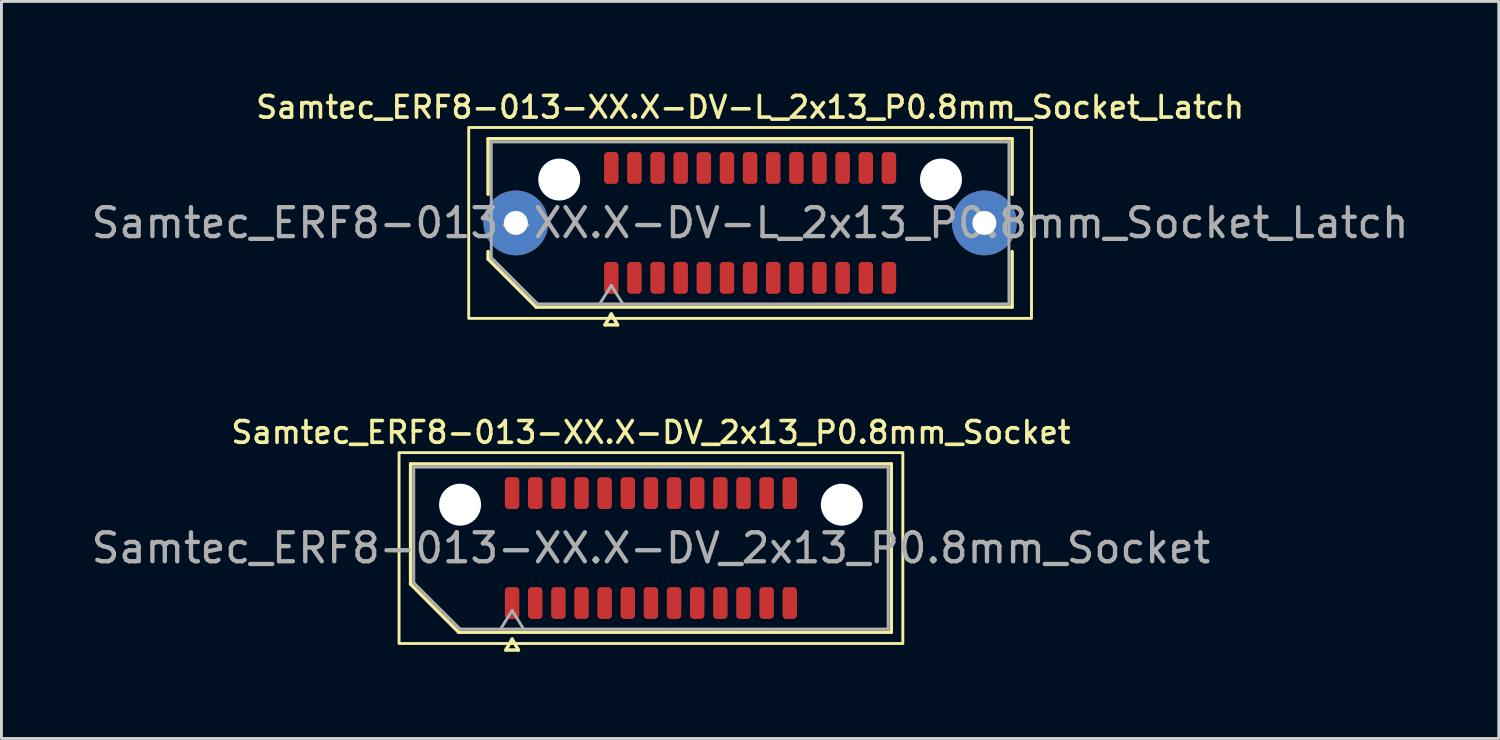
<source format=kicad_pcb>
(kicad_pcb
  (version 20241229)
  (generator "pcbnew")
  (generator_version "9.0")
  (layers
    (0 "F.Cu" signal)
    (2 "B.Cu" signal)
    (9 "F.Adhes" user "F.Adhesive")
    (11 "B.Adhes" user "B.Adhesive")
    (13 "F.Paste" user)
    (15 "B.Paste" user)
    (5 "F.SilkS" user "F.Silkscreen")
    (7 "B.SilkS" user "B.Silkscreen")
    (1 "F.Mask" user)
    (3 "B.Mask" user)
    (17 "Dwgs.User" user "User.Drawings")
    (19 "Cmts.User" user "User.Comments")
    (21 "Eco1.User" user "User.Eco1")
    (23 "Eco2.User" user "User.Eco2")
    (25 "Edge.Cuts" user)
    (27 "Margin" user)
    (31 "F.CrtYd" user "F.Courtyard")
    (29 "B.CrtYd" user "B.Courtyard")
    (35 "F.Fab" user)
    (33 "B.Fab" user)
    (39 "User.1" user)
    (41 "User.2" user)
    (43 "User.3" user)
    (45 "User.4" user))
  (footprint "Samtec_ERF8-013-XX.X-DV_2x13_P0.8mm_Socket"
    (layer "F.Cu")
    (at 19.458 15.901)
    (property "Reference" "Samtec_ERF8-013-XX.X-DV_2x13_P0.8mm_Socket" (at 0 -4 0) (layer "F.SilkS") (effects (font (size 0.75 0.75) (thickness 0.125))))
    (attr smd)
    (fp_line (start -8.31 -2.91) (end 8.31 -2.91) (stroke (width 0.12) (type solid)) (layer "F.SilkS"))
    (fp_line (start -8.31 1.246) (end -8.31 -2.91) (stroke (width 0.12) (type solid)) (layer "F.SilkS"))
    (fp_line (start -6.646 2.91) (end -8.31 1.246) (stroke (width 0.12) (type solid)) (layer "F.SilkS"))
    (fp_line (start -5.017 3.525) (end -4.8 3.15) (stroke (width 0.12) (type solid)) (layer "F.SilkS"))
    (fp_line (start -4.8 3.15) (end -4.583 3.525) (stroke (width 0.12) (type solid)) (layer "F.SilkS"))
    (fp_line (start -4.583 3.525) (end -5.017 3.525) (stroke (width 0.12) (type solid)) (layer "F.SilkS"))
    (fp_line (start 8.31 -2.91) (end 8.31 2.91) (stroke (width 0.12) (type solid)) (layer "F.SilkS"))
    (fp_line (start 8.31 2.91) (end -6.646 2.91) (stroke (width 0.12) (type solid)) (layer "F.SilkS"))
    (fp_rect (start -8.71 -3.3) (end 8.71 3.3) (stroke (width 0.1) (type solid)) (fill no) (layer "F.SilkS"))
    (fp_line (start -8.2 -2.8) (end 8.2 -2.8) (stroke (width 0.1) (type solid)) (layer "F.Fab"))
    (fp_line (start -8.2 1.2) (end -8.2 -2.8) (stroke (width 0.1) (type solid)) (layer "F.Fab"))
    (fp_line (start -6.6 2.8) (end -8.2 1.2) (stroke (width 0.1) (type solid)) (layer "F.Fab"))
    (fp_line (start -5.2 2.8) (end -4.8 2.16) (stroke (width 0.1) (type solid)) (layer "F.Fab"))
    (fp_line (start -4.8 2.16) (end -4.4 2.8) (stroke (width 0.1) (type solid)) (layer "F.Fab"))
    (fp_line (start 8.2 -2.8) (end 8.2 2.8) (stroke (width 0.1) (type solid)) (layer "F.Fab"))
    (fp_line (start 8.2 2.8) (end -6.6 2.8) (stroke (width 0.1) (type solid)) (layer "F.Fab"))
    (fp_text user "${REFERENCE}" (at 0 0 0) (layer "F.Fab") (effects (font (size 1 1) (thickness 0.15))))
    (pad "" np_thru_hole circle (at -6.6 -1.5) (size 1.45 1.45) (drill 1.45) (layers "*.Cu" "*.Mask"))
    (pad "" np_thru_hole circle (at 6.6 -1.5) (size 1.45 1.45) (drill 1.45) (layers "*.Cu" "*.Mask"))
    (pad "1" smd roundrect (at -4.8 1.9) (size 0.5 1.1) (layers "F.Cu" "F.Mask" "F.Paste") (roundrect_rratio 0.25))
    (pad "2" smd roundrect (at -4.8 -1.9) (size 0.5 1.1) (layers "F.Cu" "F.Mask" "F.Paste") (roundrect_rratio 0.25))
    (pad "3" smd roundrect (at -4 1.9) (size 0.5 1.1) (layers "F.Cu" "F.Mask" "F.Paste") (roundrect_rratio 0.25))
    (pad "4" smd roundrect (at -4 -1.9) (size 0.5 1.1) (layers "F.Cu" "F.Mask" "F.Paste") (roundrect_rratio 0.25))
    (pad "5" smd roundrect (at -3.2 1.9) (size 0.5 1.1) (layers "F.Cu" "F.Mask" "F.Paste") (roundrect_rratio 0.25))
    (pad "6" smd roundrect (at -3.2 -1.9) (size 0.5 1.1) (layers "F.Cu" "F.Mask" "F.Paste") (roundrect_rratio 0.25))
    (pad "7" smd roundrect (at -2.4 1.9) (size 0.5 1.1) (layers "F.Cu" "F.Mask" "F.Paste") (roundrect_rratio 0.25))
    (pad "8" smd roundrect (at -2.4 -1.9) (size 0.5 1.1) (layers "F.Cu" "F.Mask" "F.Paste") (roundrect_rratio 0.25))
    (pad "9" smd roundrect (at -1.6 1.9) (size 0.5 1.1) (layers "F.Cu" "F.Mask" "F.Paste") (roundrect_rratio 0.25))
    (pad "10" smd roundrect (at -1.6 -1.9) (size 0.5 1.1) (layers "F.Cu" "F.Mask" "F.Paste") (roundrect_rratio 0.25))
    (pad "11" smd roundrect (at -0.8 1.9) (size 0.5 1.1) (layers "F.Cu" "F.Mask" "F.Paste") (roundrect_rratio 0.25))
    (pad "12" smd roundrect (at -0.8 -1.9) (size 0.5 1.1) (layers "F.Cu" "F.Mask" "F.Paste") (roundrect_rratio 0.25))
    (pad "13" smd roundrect (at 0 1.9) (size 0.5 1.1) (layers "F.Cu" "F.Mask" "F.Paste") (roundrect_rratio 0.25))
    (pad "14" smd roundrect (at 0 -1.9) (size 0.5 1.1) (layers "F.Cu" "F.Mask" "F.Paste") (roundrect_rratio 0.25))
    (pad "15" smd roundrect (at 0.8 1.9) (size 0.5 1.1) (layers "F.Cu" "F.Mask" "F.Paste") (roundrect_rratio 0.25))
    (pad "16" smd roundrect (at 0.8 -1.9) (size 0.5 1.1) (layers "F.Cu" "F.Mask" "F.Paste") (roundrect_rratio 0.25))
    (pad "17" smd roundrect (at 1.6 1.9) (size 0.5 1.1) (layers "F.Cu" "F.Mask" "F.Paste") (roundrect_rratio 0.25))
    (pad "18" smd roundrect (at 1.6 -1.9) (size 0.5 1.1) (layers "F.Cu" "F.Mask" "F.Paste") (roundrect_rratio 0.25))
    (pad "19" smd roundrect (at 2.4 1.9) (size 0.5 1.1) (layers "F.Cu" "F.Mask" "F.Paste") (roundrect_rratio 0.25))
    (pad "20" smd roundrect (at 2.4 -1.9) (size 0.5 1.1) (layers "F.Cu" "F.Mask" "F.Paste") (roundrect_rratio 0.25))
    (pad "21" smd roundrect (at 3.2 1.9) (size 0.5 1.1) (layers "F.Cu" "F.Mask" "F.Paste") (roundrect_rratio 0.25))
    (pad "22" smd roundrect (at 3.2 -1.9) (size 0.5 1.1) (layers "F.Cu" "F.Mask" "F.Paste") (roundrect_rratio 0.25))
    (pad "23" smd roundrect (at 4 1.9) (size 0.5 1.1) (layers "F.Cu" "F.Mask" "F.Paste") (roundrect_rratio 0.25))
    (pad "24" smd roundrect (at 4 -1.9) (size 0.5 1.1) (layers "F.Cu" "F.Mask" "F.Paste") (roundrect_rratio 0.25))
    (pad "25" smd roundrect (at 4.8 1.9) (size 0.5 1.1) (layers "F.Cu" "F.Mask" "F.Paste") (roundrect_rratio 0.25))
    (pad "26" smd roundrect (at 4.8 -1.9) (size 0.5 1.1) (layers "F.Cu" "F.Mask" "F.Paste") (roundrect_rratio 0.25)))
  (footprint "Samtec_ERF8-013-XX.X-DV-L_2x13_P0.8mm_Socket_Latch"
    (layer "F.Cu")
    (at 22.887 4.658)
    (property "Reference" "Samtec_ERF8-013-XX.X-DV-L_2x13_P0.8mm_Socket_Latch" (at 0 -4 0) (layer "F.SilkS") (effects (font (size 0.75 0.75) (thickness 0.125))))
    (attr smd)
    (fp_line (start -9.06 -2.91) (end 9.06 -2.91) (stroke (width 0.12) (type solid)) (layer "F.SilkS"))
    (fp_line (start -9.06 -0.991) (end -9.06 -2.91) (stroke (width 0.12) (type solid)) (layer "F.SilkS"))
    (fp_line (start -9.06 1.246) (end -9.06 0.991) (stroke (width 0.12) (type solid)) (layer "F.SilkS"))
    (fp_line (start -7.396 2.91) (end -9.06 1.246) (stroke (width 0.12) (type solid)) (layer "F.SilkS"))
    (fp_line (start -5.017 3.525) (end -4.8 3.15) (stroke (width 0.12) (type solid)) (layer "F.SilkS"))
    (fp_line (start -4.8 3.15) (end -4.583 3.525) (stroke (width 0.12) (type solid)) (layer "F.SilkS"))
    (fp_line (start -4.583 3.525) (end -5.017 3.525) (stroke (width 0.12) (type solid)) (layer "F.SilkS"))
    (fp_line (start 9.06 -2.91) (end 9.06 -0.991) (stroke (width 0.12) (type solid)) (layer "F.SilkS"))
    (fp_line (start 9.06 0.991) (end 9.06 2.91) (stroke (width 0.12) (type solid)) (layer "F.SilkS"))
    (fp_line (start 9.06 2.91) (end -7.396 2.91) (stroke (width 0.12) (type solid)) (layer "F.SilkS"))
    (fp_rect (start -9.73 -3.3) (end 9.73 3.3) (stroke (width 0.1) (type solid)) (fill no) (layer "F.SilkS"))
    (fp_line (start -8.95 -2.8) (end 8.95 -2.8) (stroke (width 0.1) (type solid)) (layer "F.Fab"))
    (fp_line (start -8.95 1.2) (end -8.95 -2.8) (stroke (width 0.1) (type solid)) (layer "F.Fab"))
    (fp_line (start -7.35 2.8) (end -8.95 1.2) (stroke (width 0.1) (type solid)) (layer "F.Fab"))
    (fp_line (start -5.2 2.8) (end -4.8 2.16) (stroke (width 0.1) (type solid)) (layer "F.Fab"))
    (fp_line (start -4.8 2.16) (end -4.4 2.8) (stroke (width 0.1) (type solid)) (layer "F.Fab"))
    (fp_line (start 8.95 -2.8) (end 8.95 2.8) (stroke (width 0.1) (type solid)) (layer "F.Fab"))
    (fp_line (start 8.95 2.8) (end -7.35 2.8) (stroke (width 0.1) (type solid)) (layer "F.Fab"))
    (fp_text user "${REFERENCE}" (at 0 0 0) (layer "F.Fab") (effects (font (size 1 1) (thickness 0.15))))
    (pad "" thru_hole circle (at -8.1 0) (size 2.24 2.24) (drill 0.83) (layers "*.Cu" "*.Mask" "F.Paste"))
    (pad "" np_thru_hole circle (at -6.6 -1.5) (size 1.45 1.45) (drill 1.45) (layers "*.Cu" "*.Mask"))
    (pad "" np_thru_hole circle (at 6.6 -1.5) (size 1.45 1.45) (drill 1.45) (layers "*.Cu" "*.Mask"))
    (pad "" thru_hole circle (at 8.1 0) (size 2.24 2.24) (drill 0.83) (layers "*.Cu" "*.Mask" "F.Paste"))
    (pad "1" smd roundrect (at -4.8 1.9) (size 0.5 1.1) (layers "F.Cu" "F.Mask" "F.Paste") (roundrect_rratio 0.25))
    (pad "2" smd roundrect (at -4.8 -1.9) (size 0.5 1.1) (layers "F.Cu" "F.Mask" "F.Paste") (roundrect_rratio 0.25))
    (pad "3" smd roundrect (at -4 1.9) (size 0.5 1.1) (layers "F.Cu" "F.Mask" "F.Paste") (roundrect_rratio 0.25))
    (pad "4" smd roundrect (at -4 -1.9) (size 0.5 1.1) (layers "F.Cu" "F.Mask" "F.Paste") (roundrect_rratio 0.25))
    (pad "5" smd roundrect (at -3.2 1.9) (size 0.5 1.1) (layers "F.Cu" "F.Mask" "F.Paste") (roundrect_rratio 0.25))
    (pad "6" smd roundrect (at -3.2 -1.9) (size 0.5 1.1) (layers "F.Cu" "F.Mask" "F.Paste") (roundrect_rratio 0.25))
    (pad "7" smd roundrect (at -2.4 1.9) (size 0.5 1.1) (layers "F.Cu" "F.Mask" "F.Paste") (roundrect_rratio 0.25))
    (pad "8" smd roundrect (at -2.4 -1.9) (size 0.5 1.1) (layers "F.Cu" "F.Mask" "F.Paste") (roundrect_rratio 0.25))
    (pad "9" smd roundrect (at -1.6 1.9) (size 0.5 1.1) (layers "F.Cu" "F.Mask" "F.Paste") (roundrect_rratio 0.25))
    (pad "10" smd roundrect (at -1.6 -1.9) (size 0.5 1.1) (layers "F.Cu" "F.Mask" "F.Paste") (roundrect_rratio 0.25))
    (pad "11" smd roundrect (at -0.8 1.9) (size 0.5 1.1) (layers "F.Cu" "F.Mask" "F.Paste") (roundrect_rratio 0.25))
    (pad "12" smd roundrect (at -0.8 -1.9) (size 0.5 1.1) (layers "F.Cu" "F.Mask" "F.Paste") (roundrect_rratio 0.25))
    (pad "13" smd roundrect (at 0 1.9) (size 0.5 1.1) (layers "F.Cu" "F.Mask" "F.Paste") (roundrect_rratio 0.25))
    (pad "14" smd roundrect (at 0 -1.9) (size 0.5 1.1) (layers "F.Cu" "F.Mask" "F.Paste") (roundrect_rratio 0.25))
    (pad "15" smd roundrect (at 0.8 1.9) (size 0.5 1.1) (layers "F.Cu" "F.Mask" "F.Paste") (roundrect_rratio 0.25))
    (pad "16" smd roundrect (at 0.8 -1.9) (size 0.5 1.1) (layers "F.Cu" "F.Mask" "F.Paste") (roundrect_rratio 0.25))
    (pad "17" smd roundrect (at 1.6 1.9) (size 0.5 1.1) (layers "F.Cu" "F.Mask" "F.Paste") (roundrect_rratio 0.25))
    (pad "18" smd roundrect (at 1.6 -1.9) (size 0.5 1.1) (layers "F.Cu" "F.Mask" "F.Paste") (roundrect_rratio 0.25))
    (pad "19" smd roundrect (at 2.4 1.9) (size 0.5 1.1) (layers "F.Cu" "F.Mask" "F.Paste") (roundrect_rratio 0.25))
    (pad "20" smd roundrect (at 2.4 -1.9) (size 0.5 1.1) (layers "F.Cu" "F.Mask" "F.Paste") (roundrect_rratio 0.25))
    (pad "21" smd roundrect (at 3.2 1.9) (size 0.5 1.1) (layers "F.Cu" "F.Mask" "F.Paste") (roundrect_rratio 0.25))
    (pad "22" smd roundrect (at 3.2 -1.9) (size 0.5 1.1) (layers "F.Cu" "F.Mask" "F.Paste") (roundrect_rratio 0.25))
    (pad "23" smd roundrect (at 4 1.9) (size 0.5 1.1) (layers "F.Cu" "F.Mask" "F.Paste") (roundrect_rratio 0.25))
    (pad "24" smd roundrect (at 4 -1.9) (size 0.5 1.1) (layers "F.Cu" "F.Mask" "F.Paste") (roundrect_rratio 0.25))
    (pad "25" smd roundrect (at 4.8 1.9) (size 0.5 1.1) (layers "F.Cu" "F.Mask" "F.Paste") (roundrect_rratio 0.25))
    (pad "26" smd roundrect (at 4.8 -1.9) (size 0.5 1.1) (layers "F.Cu" "F.Mask" "F.Paste") (roundrect_rratio 0.25)))
  (gr_rect
    (start -3 -3)
    (end 48.774 22.486)
    (stroke (width 0.1) (type default))
    (fill no)
    (layer "Edge.Cuts")))
</source>
